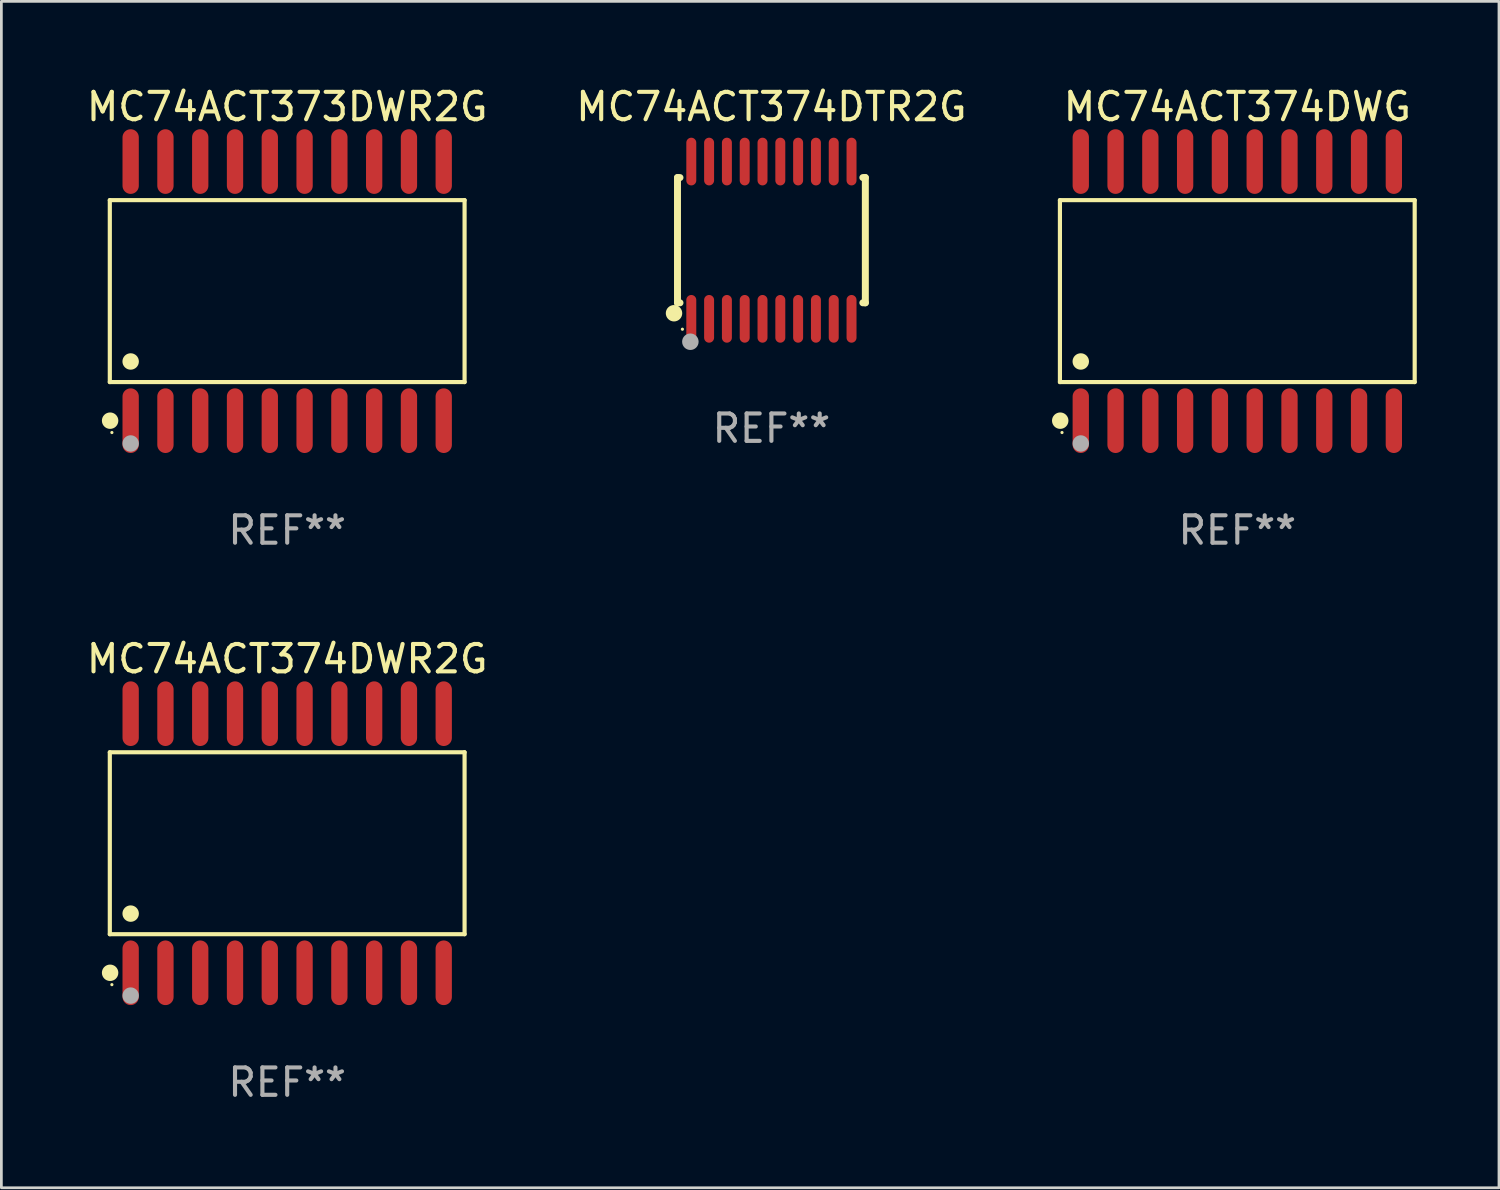
<source format=kicad_pcb>
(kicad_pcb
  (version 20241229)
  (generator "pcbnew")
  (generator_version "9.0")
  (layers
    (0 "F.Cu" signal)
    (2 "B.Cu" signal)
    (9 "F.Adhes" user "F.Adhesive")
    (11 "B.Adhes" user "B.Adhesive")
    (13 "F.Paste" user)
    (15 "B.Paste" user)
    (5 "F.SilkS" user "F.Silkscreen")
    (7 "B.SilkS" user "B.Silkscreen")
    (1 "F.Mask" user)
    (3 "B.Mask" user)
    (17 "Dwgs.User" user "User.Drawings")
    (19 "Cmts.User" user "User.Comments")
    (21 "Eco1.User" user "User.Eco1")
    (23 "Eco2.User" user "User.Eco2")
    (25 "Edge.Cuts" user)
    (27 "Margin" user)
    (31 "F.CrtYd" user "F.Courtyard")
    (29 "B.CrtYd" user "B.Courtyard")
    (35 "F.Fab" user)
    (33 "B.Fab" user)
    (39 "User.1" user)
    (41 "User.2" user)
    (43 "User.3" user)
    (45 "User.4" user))
  (footprint "MC74ACT373DWR2G"
    (layer "F.Cu")
    (at 7.435 7.578)
    (property "Reference" "MC74ACT373DWR2G" (at 0 -6.73 0) (layer "F.SilkS") (effects (font (size 1 1) (thickness 0.15))))
    (attr through_hole)
    (fp_line (start -6.476 -3.321) (end 6.476 -3.321) (stroke (width 0.152) (type solid)) (layer "F.SilkS"))
    (fp_line (start -6.476 3.321) (end -6.476 -3.321) (stroke (width 0.152) (type solid)) (layer "F.SilkS"))
    (fp_line (start 6.476 -3.321) (end 6.476 3.321) (stroke (width 0.152) (type solid)) (layer "F.SilkS"))
    (fp_line (start 6.476 3.321) (end -6.476 3.321) (stroke (width 0.152) (type solid)) (layer "F.SilkS"))
    (fp_circle (center -6.465 4.73) (end -6.315 4.73) (stroke (width 0.3) (type solid)) (fill no) (layer "F.SilkS"))
    (fp_circle (center -6.4 5.163) (end -6.37 5.163) (stroke (width 0.06) (type solid)) (fill no) (layer "F.SilkS"))
    (fp_circle (center -5.715 2.569) (end -5.565 2.569) (stroke (width 0.3) (type solid)) (fill no) (layer "F.SilkS"))
    (fp_circle (center -5.715 5.563) (end -5.565 5.563) (stroke (width 0.3) (type solid)) (fill no) (layer "F.Fab"))
    (fp_text user "REF**" (at 0 8.73 0) (layer "F.Fab") (effects (font (size 1 1) (thickness 0.15))))
    (pad "1" smd oval (at -5.715 4.73) (size 0.595 2.36) (layers "F.Cu" "F.Mask" "F.Paste"))
    (pad "2" smd oval (at -4.445 4.73) (size 0.595 2.36) (layers "F.Cu" "F.Mask" "F.Paste"))
    (pad "3" smd oval (at -3.175 4.73) (size 0.595 2.36) (layers "F.Cu" "F.Mask" "F.Paste"))
    (pad "4" smd oval (at -1.905 4.73) (size 0.595 2.36) (layers "F.Cu" "F.Mask" "F.Paste"))
    (pad "5" smd oval (at -0.635 4.73) (size 0.595 2.36) (layers "F.Cu" "F.Mask" "F.Paste"))
    (pad "6" smd oval (at 0.635 4.73) (size 0.595 2.36) (layers "F.Cu" "F.Mask" "F.Paste"))
    (pad "7" smd oval (at 1.905 4.73) (size 0.595 2.36) (layers "F.Cu" "F.Mask" "F.Paste"))
    (pad "8" smd oval (at 3.175 4.73) (size 0.595 2.36) (layers "F.Cu" "F.Mask" "F.Paste"))
    (pad "9" smd oval (at 4.445 4.73) (size 0.595 2.36) (layers "F.Cu" "F.Mask" "F.Paste"))
    (pad "10" smd oval (at 5.715 4.73) (size 0.595 2.36) (layers "F.Cu" "F.Mask" "F.Paste"))
    (pad "11" smd oval (at 5.715 -4.73) (size 0.595 2.36) (layers "F.Cu" "F.Mask" "F.Paste"))
    (pad "12" smd oval (at 4.445 -4.73) (size 0.595 2.36) (layers "F.Cu" "F.Mask" "F.Paste"))
    (pad "13" smd oval (at 3.175 -4.73) (size 0.595 2.36) (layers "F.Cu" "F.Mask" "F.Paste"))
    (pad "14" smd oval (at 1.905 -4.73) (size 0.595 2.36) (layers "F.Cu" "F.Mask" "F.Paste"))
    (pad "15" smd oval (at 0.635 -4.73) (size 0.595 2.36) (layers "F.Cu" "F.Mask" "F.Paste"))
    (pad "16" smd oval (at -0.635 -4.73) (size 0.595 2.36) (layers "F.Cu" "F.Mask" "F.Paste"))
    (pad "17" smd oval (at -1.905 -4.73) (size 0.595 2.36) (layers "F.Cu" "F.Mask" "F.Paste"))
    (pad "18" smd oval (at -3.175 -4.73) (size 0.595 2.36) (layers "F.Cu" "F.Mask" "F.Paste"))
    (pad "19" smd oval (at -4.445 -4.73) (size 0.595 2.36) (layers "F.Cu" "F.Mask" "F.Paste"))
    (pad "20" smd oval (at -5.715 -4.73) (size 0.595 2.36) (layers "F.Cu" "F.Mask" "F.Paste")))
  (footprint "MC74ACT374DTR2G"
    (layer "F.Cu")
    (at 25.113 5.719)
    (property "Reference" "MC74ACT374DTR2G" (at 0 -4.871 0) (layer "F.SilkS") (effects (font (size 1 1) (thickness 0.15))))
    (attr through_hole)
    (fp_line (start -3.429 -2.286) (end -3.429 2.286) (stroke (width 0.254) (type solid)) (layer "F.SilkS"))
    (fp_line (start -3.429 2.286) (end -3.338 2.286) (stroke (width 0.254) (type solid)) (layer "F.SilkS"))
    (fp_line (start -3.338 -2.286) (end -3.429 -2.286) (stroke (width 0.254) (type solid)) (layer "F.SilkS"))
    (fp_line (start 3.338 -2.286) (end 3.429 -2.286) (stroke (width 0.254) (type solid)) (layer "F.SilkS"))
    (fp_line (start 3.429 -2.286) (end 3.429 2.286) (stroke (width 0.254) (type solid)) (layer "F.SilkS"))
    (fp_line (start 3.429 2.286) (end 3.338 2.286) (stroke (width 0.254) (type solid)) (layer "F.SilkS"))
    (fp_circle (center -3.556 2.667) (end -3.406 2.667) (stroke (width 0.3) (type solid)) (fill no) (layer "F.SilkS"))
    (fp_circle (center -3.25 3.25) (end -3.22 3.25) (stroke (width 0.06) (type solid)) (fill no) (layer "F.SilkS"))
    (fp_circle (center -2.959 3.707) (end -2.808 3.707) (stroke (width 0.3) (type solid)) (fill no) (layer "F.Fab"))
    (fp_text user "REF**" (at 0 6.871 0) (layer "F.Fab") (effects (font (size 1 1) (thickness 0.15))))
    (pad "1" smd oval (at -2.925 2.871) (size 0.364 1.742) (layers "F.Cu" "F.Mask" "F.Paste"))
    (pad "2" smd oval (at -2.275 2.871) (size 0.364 1.742) (layers "F.Cu" "F.Mask" "F.Paste"))
    (pad "3" smd oval (at -1.625 2.871) (size 0.364 1.742) (layers "F.Cu" "F.Mask" "F.Paste"))
    (pad "4" smd oval (at -0.975 2.871) (size 0.364 1.742) (layers "F.Cu" "F.Mask" "F.Paste"))
    (pad "5" smd oval (at -0.325 2.871) (size 0.364 1.742) (layers "F.Cu" "F.Mask" "F.Paste"))
    (pad "6" smd oval (at 0.325 2.871) (size 0.364 1.742) (layers "F.Cu" "F.Mask" "F.Paste"))
    (pad "7" smd oval (at 0.975 2.871) (size 0.364 1.742) (layers "F.Cu" "F.Mask" "F.Paste"))
    (pad "8" smd oval (at 1.625 2.871) (size 0.364 1.742) (layers "F.Cu" "F.Mask" "F.Paste"))
    (pad "9" smd oval (at 2.275 2.871) (size 0.364 1.742) (layers "F.Cu" "F.Mask" "F.Paste"))
    (pad "10" smd oval (at 2.925 2.871) (size 0.364 1.742) (layers "F.Cu" "F.Mask" "F.Paste"))
    (pad "11" smd oval (at 2.925 -2.871) (size 0.364 1.742) (layers "F.Cu" "F.Mask" "F.Paste"))
    (pad "12" smd oval (at 2.275 -2.871) (size 0.364 1.742) (layers "F.Cu" "F.Mask" "F.Paste"))
    (pad "13" smd oval (at 1.625 -2.871) (size 0.364 1.742) (layers "F.Cu" "F.Mask" "F.Paste"))
    (pad "14" smd oval (at 0.975 -2.871) (size 0.364 1.742) (layers "F.Cu" "F.Mask" "F.Paste"))
    (pad "15" smd oval (at 0.325 -2.871) (size 0.364 1.742) (layers "F.Cu" "F.Mask" "F.Paste"))
    (pad "16" smd oval (at -0.325 -2.871) (size 0.364 1.742) (layers "F.Cu" "F.Mask" "F.Paste"))
    (pad "17" smd oval (at -0.975 -2.871) (size 0.364 1.742) (layers "F.Cu" "F.Mask" "F.Paste"))
    (pad "18" smd oval (at -1.625 -2.871) (size 0.364 1.742) (layers "F.Cu" "F.Mask" "F.Paste"))
    (pad "19" smd oval (at -2.275 -2.871) (size 0.364 1.742) (layers "F.Cu" "F.Mask" "F.Paste"))
    (pad "20" smd oval (at -2.925 -2.871) (size 0.364 1.742) (layers "F.Cu" "F.Mask" "F.Paste")))
  (footprint "MC74ACT374DWR2G"
    (layer "F.Cu")
    (at 7.435 27.735)
    (property "Reference" "MC74ACT374DWR2G" (at 0 -6.73 0) (layer "F.SilkS") (effects (font (size 1 1) (thickness 0.15))))
    (attr through_hole)
    (fp_line (start -6.476 -3.321) (end 6.476 -3.321) (stroke (width 0.152) (type solid)) (layer "F.SilkS"))
    (fp_line (start -6.476 3.321) (end -6.476 -3.321) (stroke (width 0.152) (type solid)) (layer "F.SilkS"))
    (fp_line (start 6.476 -3.321) (end 6.476 3.321) (stroke (width 0.152) (type solid)) (layer "F.SilkS"))
    (fp_line (start 6.476 3.321) (end -6.476 3.321) (stroke (width 0.152) (type solid)) (layer "F.SilkS"))
    (fp_circle (center -6.465 4.73) (end -6.315 4.73) (stroke (width 0.3) (type solid)) (fill no) (layer "F.SilkS"))
    (fp_circle (center -6.4 5.163) (end -6.37 5.163) (stroke (width 0.06) (type solid)) (fill no) (layer "F.SilkS"))
    (fp_circle (center -5.715 2.569) (end -5.565 2.569) (stroke (width 0.3) (type solid)) (fill no) (layer "F.SilkS"))
    (fp_circle (center -5.715 5.563) (end -5.565 5.563) (stroke (width 0.3) (type solid)) (fill no) (layer "F.Fab"))
    (fp_text user "REF**" (at 0 8.73 0) (layer "F.Fab") (effects (font (size 1 1) (thickness 0.15))))
    (pad "1" smd oval (at -5.715 4.73) (size 0.595 2.36) (layers "F.Cu" "F.Mask" "F.Paste"))
    (pad "2" smd oval (at -4.445 4.73) (size 0.595 2.36) (layers "F.Cu" "F.Mask" "F.Paste"))
    (pad "3" smd oval (at -3.175 4.73) (size 0.595 2.36) (layers "F.Cu" "F.Mask" "F.Paste"))
    (pad "4" smd oval (at -1.905 4.73) (size 0.595 2.36) (layers "F.Cu" "F.Mask" "F.Paste"))
    (pad "5" smd oval (at -0.635 4.73) (size 0.595 2.36) (layers "F.Cu" "F.Mask" "F.Paste"))
    (pad "6" smd oval (at 0.635 4.73) (size 0.595 2.36) (layers "F.Cu" "F.Mask" "F.Paste"))
    (pad "7" smd oval (at 1.905 4.73) (size 0.595 2.36) (layers "F.Cu" "F.Mask" "F.Paste"))
    (pad "8" smd oval (at 3.175 4.73) (size 0.595 2.36) (layers "F.Cu" "F.Mask" "F.Paste"))
    (pad "9" smd oval (at 4.445 4.73) (size 0.595 2.36) (layers "F.Cu" "F.Mask" "F.Paste"))
    (pad "10" smd oval (at 5.715 4.73) (size 0.595 2.36) (layers "F.Cu" "F.Mask" "F.Paste"))
    (pad "11" smd oval (at 5.715 -4.73) (size 0.595 2.36) (layers "F.Cu" "F.Mask" "F.Paste"))
    (pad "12" smd oval (at 4.445 -4.73) (size 0.595 2.36) (layers "F.Cu" "F.Mask" "F.Paste"))
    (pad "13" smd oval (at 3.175 -4.73) (size 0.595 2.36) (layers "F.Cu" "F.Mask" "F.Paste"))
    (pad "14" smd oval (at 1.905 -4.73) (size 0.595 2.36) (layers "F.Cu" "F.Mask" "F.Paste"))
    (pad "15" smd oval (at 0.635 -4.73) (size 0.595 2.36) (layers "F.Cu" "F.Mask" "F.Paste"))
    (pad "16" smd oval (at -0.635 -4.73) (size 0.595 2.36) (layers "F.Cu" "F.Mask" "F.Paste"))
    (pad "17" smd oval (at -1.905 -4.73) (size 0.595 2.36) (layers "F.Cu" "F.Mask" "F.Paste"))
    (pad "18" smd oval (at -3.175 -4.73) (size 0.595 2.36) (layers "F.Cu" "F.Mask" "F.Paste"))
    (pad "19" smd oval (at -4.445 -4.73) (size 0.595 2.36) (layers "F.Cu" "F.Mask" "F.Paste"))
    (pad "20" smd oval (at -5.715 -4.73) (size 0.595 2.36) (layers "F.Cu" "F.Mask" "F.Paste")))
  (footprint "MC74ACT374DWG"
    (layer "F.Cu")
    (at 42.122 7.578)
    (property "Reference" "MC74ACT374DWG" (at 0 -6.73 0) (layer "F.SilkS") (effects (font (size 1 1) (thickness 0.15))))
    (attr through_hole)
    (fp_line (start -6.476 -3.321) (end 6.476 -3.321) (stroke (width 0.152) (type solid)) (layer "F.SilkS"))
    (fp_line (start -6.476 3.321) (end -6.476 -3.321) (stroke (width 0.152) (type solid)) (layer "F.SilkS"))
    (fp_line (start 6.476 -3.321) (end 6.476 3.321) (stroke (width 0.152) (type solid)) (layer "F.SilkS"))
    (fp_line (start 6.476 3.321) (end -6.476 3.321) (stroke (width 0.152) (type solid)) (layer "F.SilkS"))
    (fp_circle (center -6.465 4.73) (end -6.315 4.73) (stroke (width 0.3) (type solid)) (fill no) (layer "F.SilkS"))
    (fp_circle (center -6.4 5.163) (end -6.37 5.163) (stroke (width 0.06) (type solid)) (fill no) (layer "F.SilkS"))
    (fp_circle (center -5.715 2.569) (end -5.565 2.569) (stroke (width 0.3) (type solid)) (fill no) (layer "F.SilkS"))
    (fp_circle (center -5.715 5.563) (end -5.565 5.563) (stroke (width 0.3) (type solid)) (fill no) (layer "F.Fab"))
    (fp_text user "REF**" (at 0 8.73 0) (layer "F.Fab") (effects (font (size 1 1) (thickness 0.15))))
    (pad "1" smd oval (at -5.715 4.73) (size 0.595 2.36) (layers "F.Cu" "F.Mask" "F.Paste"))
    (pad "2" smd oval (at -4.445 4.73) (size 0.595 2.36) (layers "F.Cu" "F.Mask" "F.Paste"))
    (pad "3" smd oval (at -3.175 4.73) (size 0.595 2.36) (layers "F.Cu" "F.Mask" "F.Paste"))
    (pad "4" smd oval (at -1.905 4.73) (size 0.595 2.36) (layers "F.Cu" "F.Mask" "F.Paste"))
    (pad "5" smd oval (at -0.635 4.73) (size 0.595 2.36) (layers "F.Cu" "F.Mask" "F.Paste"))
    (pad "6" smd oval (at 0.635 4.73) (size 0.595 2.36) (layers "F.Cu" "F.Mask" "F.Paste"))
    (pad "7" smd oval (at 1.905 4.73) (size 0.595 2.36) (layers "F.Cu" "F.Mask" "F.Paste"))
    (pad "8" smd oval (at 3.175 4.73) (size 0.595 2.36) (layers "F.Cu" "F.Mask" "F.Paste"))
    (pad "9" smd oval (at 4.445 4.73) (size 0.595 2.36) (layers "F.Cu" "F.Mask" "F.Paste"))
    (pad "10" smd oval (at 5.715 4.73) (size 0.595 2.36) (layers "F.Cu" "F.Mask" "F.Paste"))
    (pad "11" smd oval (at 5.715 -4.73) (size 0.595 2.36) (layers "F.Cu" "F.Mask" "F.Paste"))
    (pad "12" smd oval (at 4.445 -4.73) (size 0.595 2.36) (layers "F.Cu" "F.Mask" "F.Paste"))
    (pad "13" smd oval (at 3.175 -4.73) (size 0.595 2.36) (layers "F.Cu" "F.Mask" "F.Paste"))
    (pad "14" smd oval (at 1.905 -4.73) (size 0.595 2.36) (layers "F.Cu" "F.Mask" "F.Paste"))
    (pad "15" smd oval (at 0.635 -4.73) (size 0.595 2.36) (layers "F.Cu" "F.Mask" "F.Paste"))
    (pad "16" smd oval (at -0.635 -4.73) (size 0.595 2.36) (layers "F.Cu" "F.Mask" "F.Paste"))
    (pad "17" smd oval (at -1.905 -4.73) (size 0.595 2.36) (layers "F.Cu" "F.Mask" "F.Paste"))
    (pad "18" smd oval (at -3.175 -4.73) (size 0.595 2.36) (layers "F.Cu" "F.Mask" "F.Paste"))
    (pad "19" smd oval (at -4.445 -4.73) (size 0.595 2.36) (layers "F.Cu" "F.Mask" "F.Paste"))
    (pad "20" smd oval (at -5.715 -4.73) (size 0.595 2.36) (layers "F.Cu" "F.Mask" "F.Paste")))
  (gr_rect
    (start -3 -3)
    (end 51.675 40.313)
    (stroke (width 0.1) (type default))
    (fill no)
    (layer "Edge.Cuts")))
</source>
